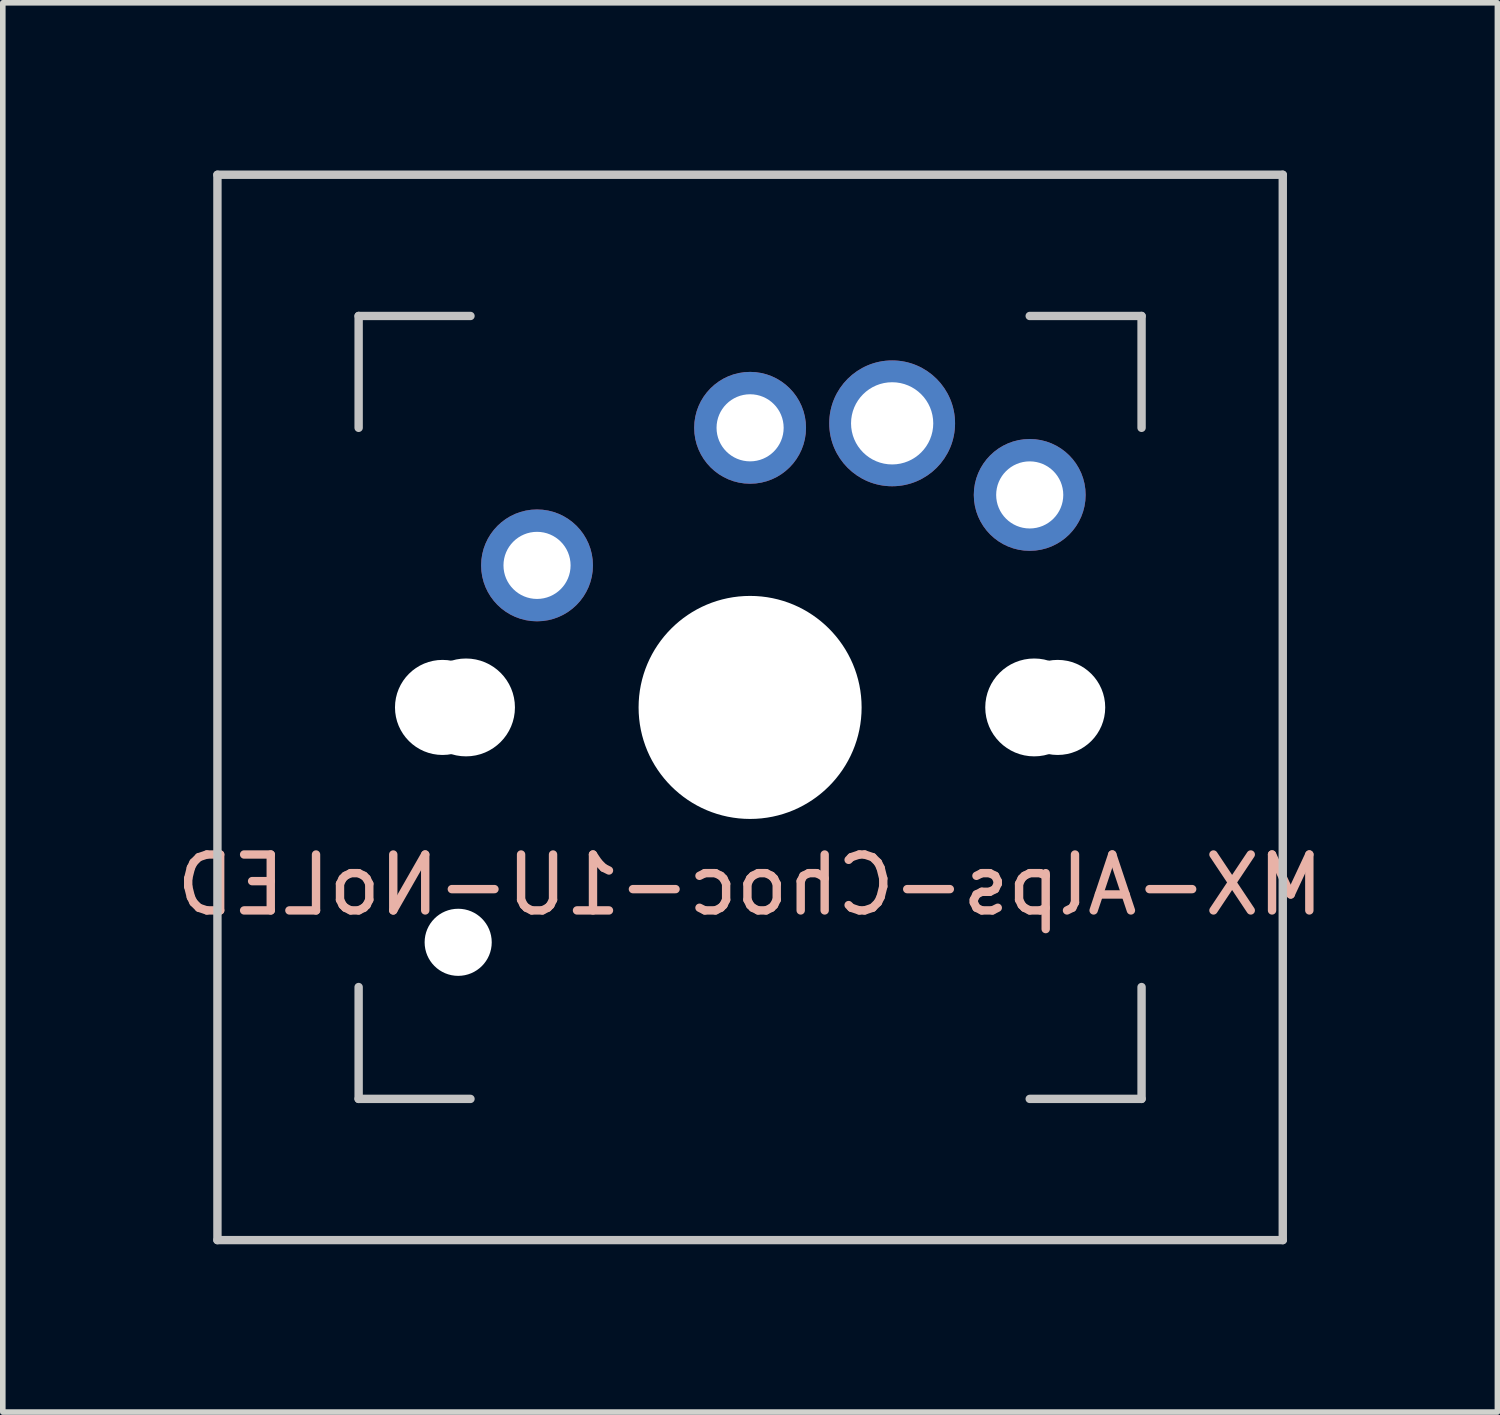
<source format=kicad_pcb>
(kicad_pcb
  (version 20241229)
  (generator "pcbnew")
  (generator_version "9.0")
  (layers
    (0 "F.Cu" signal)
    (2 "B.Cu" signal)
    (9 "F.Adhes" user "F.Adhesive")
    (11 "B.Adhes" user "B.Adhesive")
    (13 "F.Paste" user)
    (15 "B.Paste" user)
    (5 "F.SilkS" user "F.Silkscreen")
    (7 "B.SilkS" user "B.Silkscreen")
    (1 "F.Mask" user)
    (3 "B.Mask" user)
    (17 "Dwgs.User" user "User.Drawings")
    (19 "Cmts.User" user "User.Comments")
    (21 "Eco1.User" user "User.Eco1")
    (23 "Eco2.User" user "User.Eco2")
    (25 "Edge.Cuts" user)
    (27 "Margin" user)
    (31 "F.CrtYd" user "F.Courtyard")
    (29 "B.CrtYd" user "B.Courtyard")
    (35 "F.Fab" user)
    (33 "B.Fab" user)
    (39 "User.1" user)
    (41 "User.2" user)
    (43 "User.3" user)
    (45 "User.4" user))
  (footprint "MX-Alps-Choc-1U-NoLED"
    (layer "F.Cu")
    (at 10.363 9.6)
    (property "Reference" "MX-Alps-Choc-1U-NoLED" (at 0 3.175 0) (layer "B.SilkS") (effects (font (size 1 1) (thickness 0.15)) (justify mirror)))
    (attr through_hole)
    (fp_line (start -9.525 -9.525) (end 9.525 -9.525) (stroke (width 0.15) (type solid)) (layer "Dwgs.User"))
    (fp_line (start -9.525 9.525) (end -9.525 -9.525) (stroke (width 0.15) (type solid)) (layer "Dwgs.User"))
    (fp_line (start -7 -7) (end -7 -5) (stroke (width 0.15) (type solid)) (layer "Dwgs.User"))
    (fp_line (start -7 5) (end -7 7) (stroke (width 0.15) (type solid)) (layer "Dwgs.User"))
    (fp_line (start -7 7) (end -5 7) (stroke (width 0.15) (type solid)) (layer "Dwgs.User"))
    (fp_line (start -5 -7) (end -7 -7) (stroke (width 0.15) (type solid)) (layer "Dwgs.User"))
    (fp_line (start 5 -7) (end 7 -7) (stroke (width 0.15) (type solid)) (layer "Dwgs.User"))
    (fp_line (start 5 7) (end 7 7) (stroke (width 0.15) (type solid)) (layer "Dwgs.User"))
    (fp_line (start 7 -7) (end 7 -5) (stroke (width 0.15) (type solid)) (layer "Dwgs.User"))
    (fp_line (start 7 7) (end 7 5) (stroke (width 0.15) (type solid)) (layer "Dwgs.User"))
    (fp_line (start 9.525 -9.525) (end 9.525 9.525) (stroke (width 0.15) (type solid)) (layer "Dwgs.User"))
    (fp_line (start 9.525 9.525) (end -9.525 9.525) (stroke (width 0.15) (type solid)) (layer "Dwgs.User"))
    (pad "" np_thru_hole circle (at -5.5 0 48.1) (size 1.7 1.7) (drill 1.7) (layers "*.Cu" "*.Mask"))
    (pad "" np_thru_hole circle (at -5.22 4.2 48.1) (size 1.2 1.2) (drill 1.2) (layers "*.Cu" "*.Mask"))
    (pad "" np_thru_hole circle (at -5.08 0 48.1) (size 1.75 1.75) (drill 1.75) (layers "*.Cu" "*.Mask"))
    (pad "" np_thru_hole circle (at 0 0) (size 3.988 3.988) (drill 3.988) (layers "*.Cu" "*.Mask"))
    (pad "" np_thru_hole circle (at 5.08 0 48.1) (size 1.75 1.75) (drill 1.75) (layers "*.Cu" "*.Mask"))
    (pad "" np_thru_hole circle (at 5.5 0 48.1) (size 1.7 1.7) (drill 1.7) (layers "*.Cu" "*.Mask"))
    (pad "1" thru_hole circle (at 2.54 -5.08) (size 2.25 2.25) (drill 1.47) (layers "*.Cu" "*.Mask"))
    (pad "1" thru_hole circle (at 5 -3.8) (size 2 2) (drill 1.2) (layers "*.Cu" "*.Mask"))
    (pad "2" thru_hole circle (at -3.81 -2.54 48.1) (size 2 2) (drill 1.2) (layers "*.Cu" "*.Mask"))
    (pad "2" thru_hole circle (at 0 -5) (size 2 2) (drill 1.2) (layers "*.Cu" "*.Mask")))
  (gr_rect
    (start -3 -3)
    (end 23.726 22.2)
    (stroke (width 0.1) (type default))
    (fill no)
    (layer "Edge.Cuts")))
</source>
